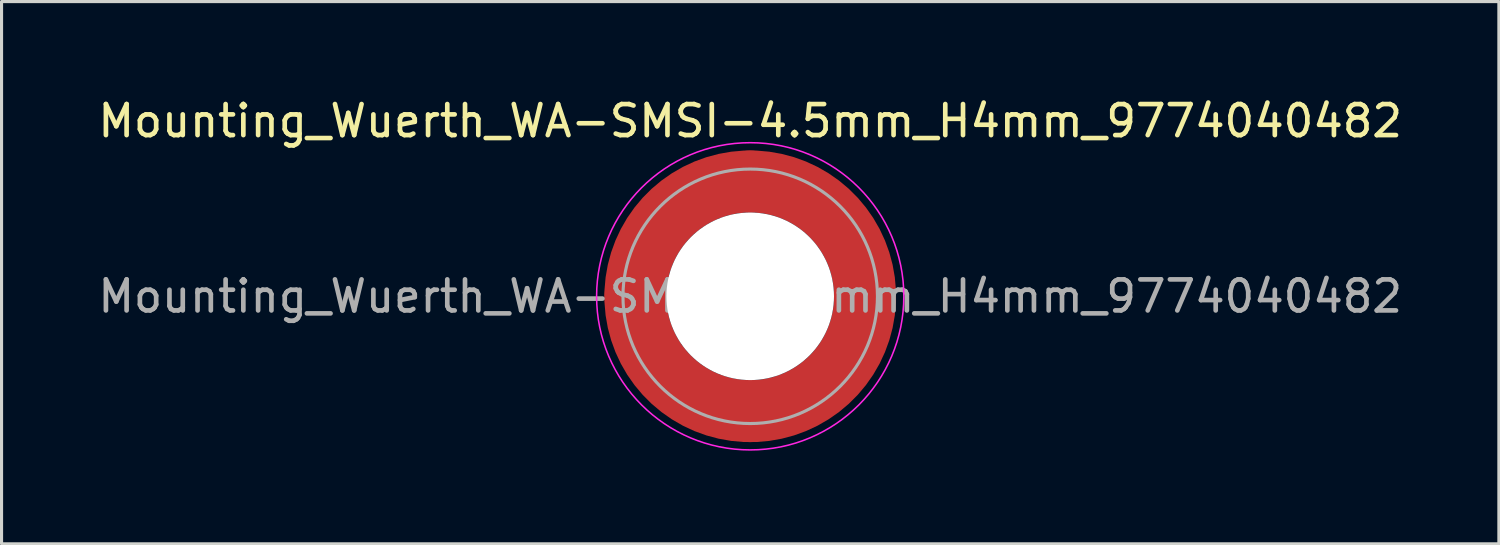
<source format=kicad_pcb>
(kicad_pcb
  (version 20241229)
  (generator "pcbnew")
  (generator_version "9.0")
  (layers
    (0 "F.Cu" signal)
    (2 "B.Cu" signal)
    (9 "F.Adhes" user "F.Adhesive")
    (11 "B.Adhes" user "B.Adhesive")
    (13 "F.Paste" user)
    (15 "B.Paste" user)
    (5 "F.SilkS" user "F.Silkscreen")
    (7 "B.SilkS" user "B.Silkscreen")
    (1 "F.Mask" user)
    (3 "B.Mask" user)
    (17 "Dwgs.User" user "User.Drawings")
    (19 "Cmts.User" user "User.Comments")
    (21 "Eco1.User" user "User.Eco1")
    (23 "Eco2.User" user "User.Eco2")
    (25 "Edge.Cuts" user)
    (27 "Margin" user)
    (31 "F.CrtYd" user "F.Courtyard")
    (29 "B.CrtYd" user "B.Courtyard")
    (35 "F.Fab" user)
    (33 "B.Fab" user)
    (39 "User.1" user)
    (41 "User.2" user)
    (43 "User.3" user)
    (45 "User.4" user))
  (footprint "Mounting_Wuerth_WA-SMSI-4.5mm_H4mm_9774040482"
    (layer "F.Cu")
    (at 21.125 6.498)
    (property "Reference" "Mounting_Wuerth_WA-SMSI-4.5mm_H4mm_9774040482" (at 0 -5.65 0) (layer "F.SilkS") (effects (font (size 1 1) (thickness 0.15))))
    (attr smd)
    (fp_circle (center 0 0) (end 4.95 0) (stroke (width 0.05) (type solid)) (fill no) (layer "F.CrtYd"))
    (fp_circle (center 0 0) (end 4.1 0) (stroke (width 0.1) (type solid)) (fill no) (layer "F.Fab"))
    (fp_text user "${REFERENCE}" (at 0 0 0) (layer "F.Fab") (effects (font (size 1 1) (thickness 0.15))))
    (pad "" smd custom (at -2.607 -2.607) (size 1.895 1.895) (layers "F.Paste") (options (anchor circle)) (primitives (gr_arc (start -0.485237 1.733706) (mid 0.334992 0.334992) (end 1.733706 -0.485237) (width 0.9475)) (gr_arc (start -0.975031 1.733706) (mid 0 0) (end 1.733706 -0.975031) (width 0.9475)) (gr_arc (start -1.461028 1.733706) (mid -0.334992 -0.334992) (end 1.733706 -1.461028) (width 0.9475)) (gr_line (start 1.734 -0.485) (end 1.734 -1.461) (width 0.948)) (gr_line (start -0.485 1.734) (end -1.461 1.734) (width 0.948))))
    (pad "" smd custom (at -2.607 2.607) (size 1.895 1.895) (layers "F.Paste") (options (anchor circle)) (primitives (gr_arc (start 1.733706 0.485237) (mid 0.334992 -0.334992) (end -0.485237 -1.733706) (width 0.9475)) (gr_arc (start 1.733706 0.975031) (mid 0 0) (end -0.975031 -1.733706) (width 0.9475)) (gr_arc (start 1.733706 1.461028) (mid -0.334992 0.334992) (end -1.461028 -1.733706) (width 0.9475)) (gr_line (start -0.485 -1.734) (end -1.461 -1.734) (width 0.948)) (gr_line (start 1.734 0.485) (end 1.734 1.461) (width 0.948))))
    (pad "" np_thru_hole circle (at 0 0) (size 5.4 5.4) (drill 5.4) (layers "*.Cu" "*.Mask"))
    (pad "" smd custom (at 2.607 -2.607) (size 1.895 1.895) (layers "F.Paste") (options (anchor circle)) (primitives (gr_arc (start -1.733706 -0.485237) (mid -0.334992 0.334992) (end 0.485237 1.733706) (width 0.9475)) (gr_arc (start -1.733706 -0.975031) (mid 0 0) (end 0.975031 1.733706) (width 0.9475)) (gr_arc (start -1.733706 -1.461028) (mid 0.334992 -0.334992) (end 1.461028 1.733706) (width 0.9475)) (gr_line (start 0.485 1.734) (end 1.461 1.734) (width 0.948)) (gr_line (start -1.734 -0.485) (end -1.734 -1.461) (width 0.948))))
    (pad "" smd custom (at 2.607 2.607) (size 1.895 1.895) (layers "F.Paste") (options (anchor circle)) (primitives (gr_arc (start 0.485237 -1.733706) (mid -0.334992 -0.334992) (end -1.733706 0.485237) (width 0.9475)) (gr_arc (start 0.975031 -1.733706) (mid 0 0) (end -1.733706 0.975031) (width 0.9475)) (gr_arc (start 1.461028 -1.733706) (mid 0.334992 0.334992) (end -1.733706 1.461028) (width 0.9475)) (gr_line (start -1.734 0.485) (end -1.734 1.461) (width 0.948)) (gr_line (start 0.485 -1.734) (end 1.461 -1.734) (width 0.948))))
    (pad "1" smd circle (at -3.7 0) (size 2 2) (layers "F.Cu"))
    (pad "1" smd circle (at 0 -3.7) (size 2 2) (layers "F.Cu"))
    (pad "1" smd circle (at 0 3.7) (size 2 2) (layers "F.Cu"))
    (pad "1" smd custom (at 3.7 0) (size 2 2) (layers "F.Cu" "F.Mask") (options (anchor circle)) (primitives (gr_circle (center -3.7 0) (end 0 0) (width 2) (fill no)))))
  (gr_rect
    (start -3 -3)
    (end 45.25 14.473)
    (stroke (width 0.1) (type default))
    (fill no)
    (layer "Edge.Cuts")))
</source>
